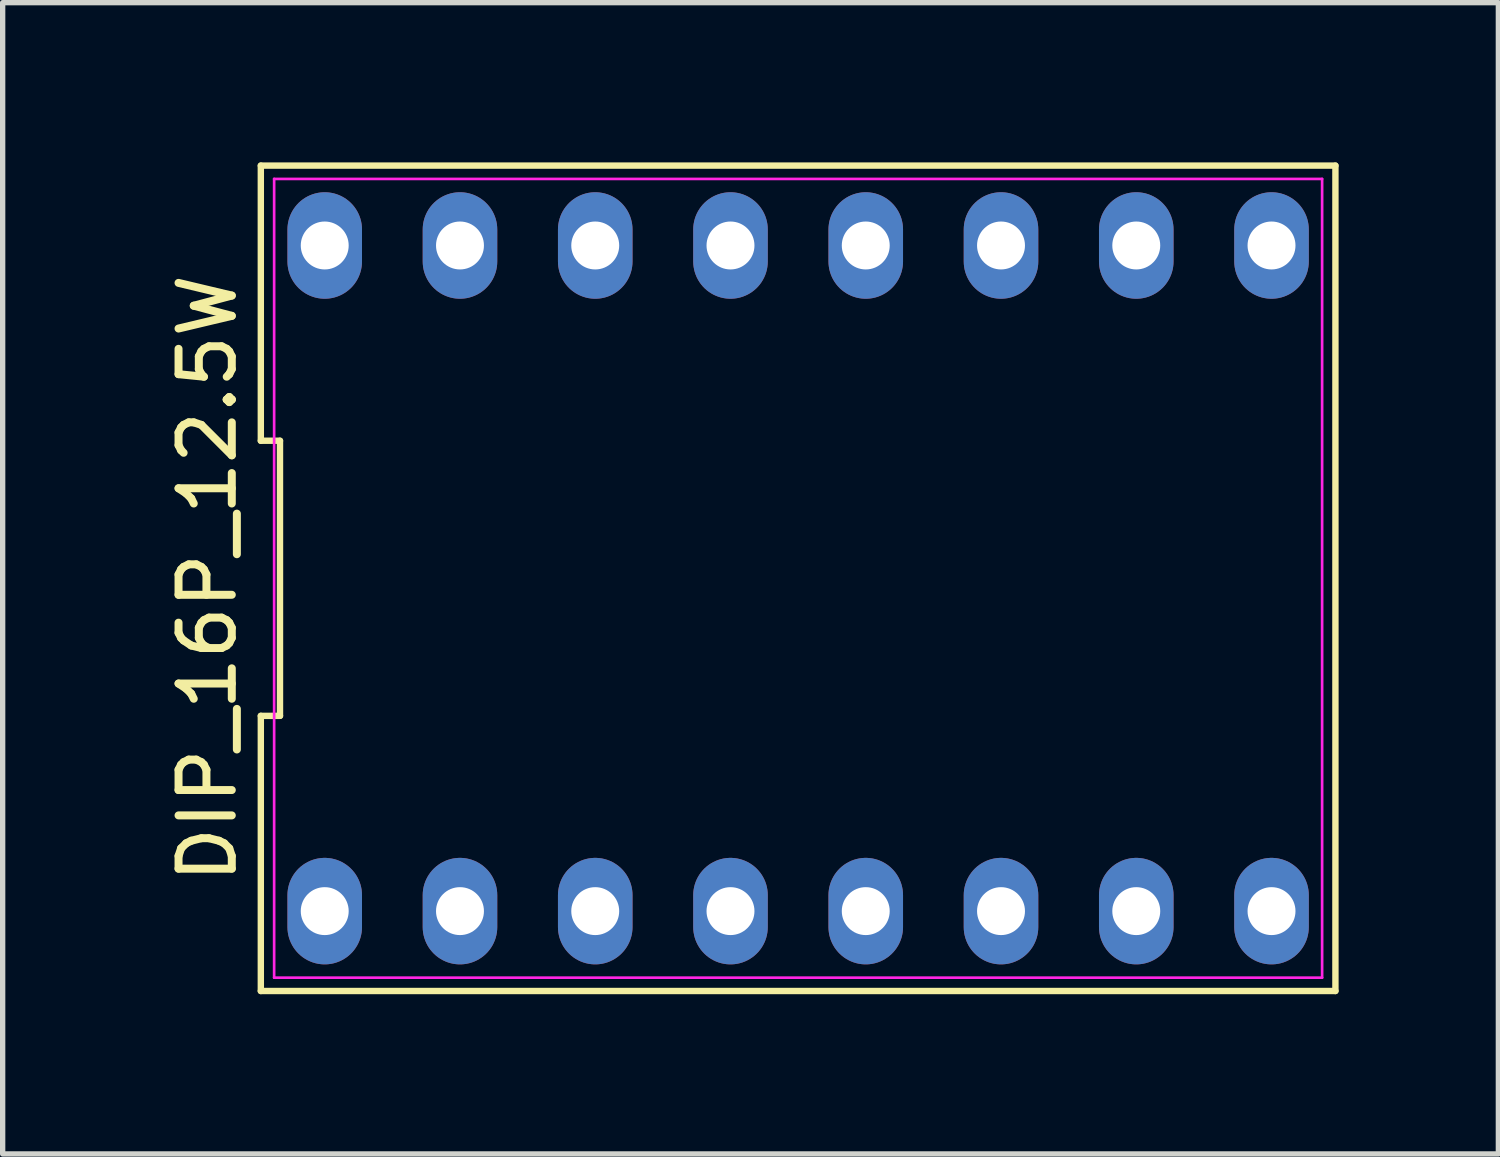
<source format=kicad_pcb>
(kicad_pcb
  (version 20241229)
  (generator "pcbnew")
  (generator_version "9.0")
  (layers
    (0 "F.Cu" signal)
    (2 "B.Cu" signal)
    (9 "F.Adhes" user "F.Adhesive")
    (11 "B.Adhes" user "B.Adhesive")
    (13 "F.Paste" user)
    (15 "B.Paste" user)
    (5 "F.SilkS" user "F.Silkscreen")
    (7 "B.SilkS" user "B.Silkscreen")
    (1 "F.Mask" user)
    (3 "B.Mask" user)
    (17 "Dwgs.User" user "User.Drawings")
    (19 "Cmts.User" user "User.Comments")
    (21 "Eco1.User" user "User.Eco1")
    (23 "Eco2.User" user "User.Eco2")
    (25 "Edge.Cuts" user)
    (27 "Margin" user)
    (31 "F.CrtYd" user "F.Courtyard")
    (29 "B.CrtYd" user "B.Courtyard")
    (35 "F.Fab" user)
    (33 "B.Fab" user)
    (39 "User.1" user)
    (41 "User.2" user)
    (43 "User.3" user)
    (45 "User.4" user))
  (footprint "DIP_16P_12.5W"
    (layer "F.Cu")
    (at 11.938 7.81)
    (property "Reference" "DIP_16P_12.5W" (at -11.09 0 90) (layer "F.SilkS") (effects (font (size 1 1) (thickness 0.15))))
    (attr through_hole)
    (fp_line (start -10.09 -7.75) (end -10.09 -2.583) (stroke (width 0.12) (type default)) (layer "F.SilkS"))
    (fp_line (start -10.09 -2.583) (end -9.73 -2.583) (stroke (width 0.12) (type default)) (layer "F.SilkS"))
    (fp_line (start -10.09 2.583) (end -10.09 7.75) (stroke (width 0.12) (type default)) (layer "F.SilkS"))
    (fp_line (start -10.09 7.75) (end 10.09 7.75) (stroke (width 0.12) (type default)) (layer "F.SilkS"))
    (fp_line (start -9.73 -2.583) (end -9.73 2.583) (stroke (width 0.12) (type default)) (layer "F.SilkS"))
    (fp_line (start -9.73 2.583) (end -10.09 2.583) (stroke (width 0.12) (type default)) (layer "F.SilkS"))
    (fp_line (start 10.09 -7.75) (end -10.09 -7.75) (stroke (width 0.12) (type default)) (layer "F.SilkS"))
    (fp_line (start 10.09 7.75) (end 10.09 -7.75) (stroke (width 0.12) (type default)) (layer "F.SilkS"))
    (fp_line (start -9.84 -7.5) (end 9.84 -7.5) (stroke (width 0.05) (type default)) (layer "F.CrtYd"))
    (fp_line (start -9.84 7.5) (end -9.84 -7.5) (stroke (width 0.05) (type default)) (layer "F.CrtYd"))
    (fp_line (start 9.84 -7.5) (end 9.84 7.5) (stroke (width 0.05) (type default)) (layer "F.CrtYd"))
    (fp_line (start 9.84 7.5) (end -9.84 7.5) (stroke (width 0.05) (type default)) (layer "F.CrtYd"))
    (pad "1" thru_hole oval (at -8.89 6.25) (size 1.4 2) (drill 0.9) (layers "*.Cu" "*.Mask"))
    (pad "2" thru_hole oval (at -6.35 6.25) (size 1.4 2) (drill 0.9) (layers "*.Cu" "*.Mask"))
    (pad "3" thru_hole oval (at -3.81 6.25) (size 1.4 2) (drill 0.9) (layers "*.Cu" "*.Mask"))
    (pad "4" thru_hole oval (at -1.27 6.25) (size 1.4 2) (drill 0.9) (layers "*.Cu" "*.Mask"))
    (pad "5" thru_hole oval (at 1.27 6.25) (size 1.4 2) (drill 0.9) (layers "*.Cu" "*.Mask"))
    (pad "6" thru_hole oval (at 3.81 6.25) (size 1.4 2) (drill 0.9) (layers "*.Cu" "*.Mask"))
    (pad "7" thru_hole oval (at 6.35 6.25) (size 1.4 2) (drill 0.9) (layers "*.Cu" "*.Mask"))
    (pad "8" thru_hole oval (at 8.89 6.25) (size 1.4 2) (drill 0.9) (layers "*.Cu" "*.Mask"))
    (pad "9" thru_hole oval (at 8.89 -6.25) (size 1.4 2) (drill 0.9) (layers "*.Cu" "*.Mask"))
    (pad "10" thru_hole oval (at 6.35 -6.25) (size 1.4 2) (drill 0.9) (layers "*.Cu" "*.Mask"))
    (pad "11" thru_hole oval (at 3.81 -6.25) (size 1.4 2) (drill 0.9) (layers "*.Cu" "*.Mask"))
    (pad "12" thru_hole oval (at 1.27 -6.25) (size 1.4 2) (drill 0.9) (layers "*.Cu" "*.Mask"))
    (pad "13" thru_hole oval (at -1.27 -6.25) (size 1.4 2) (drill 0.9) (layers "*.Cu" "*.Mask"))
    (pad "14" thru_hole oval (at -3.81 -6.25) (size 1.4 2) (drill 0.9) (layers "*.Cu" "*.Mask"))
    (pad "15" thru_hole oval (at -6.35 -6.25) (size 1.4 2) (drill 0.9) (layers "*.Cu" "*.Mask"))
    (pad "16" thru_hole oval (at -8.89 -6.25) (size 1.4 2) (drill 0.9) (layers "*.Cu" "*.Mask")))
  (gr_rect
    (start -3 -3)
    (end 25.088 18.62)
    (stroke (width 0.1) (type default))
    (fill no)
    (layer "Edge.Cuts")))
</source>
